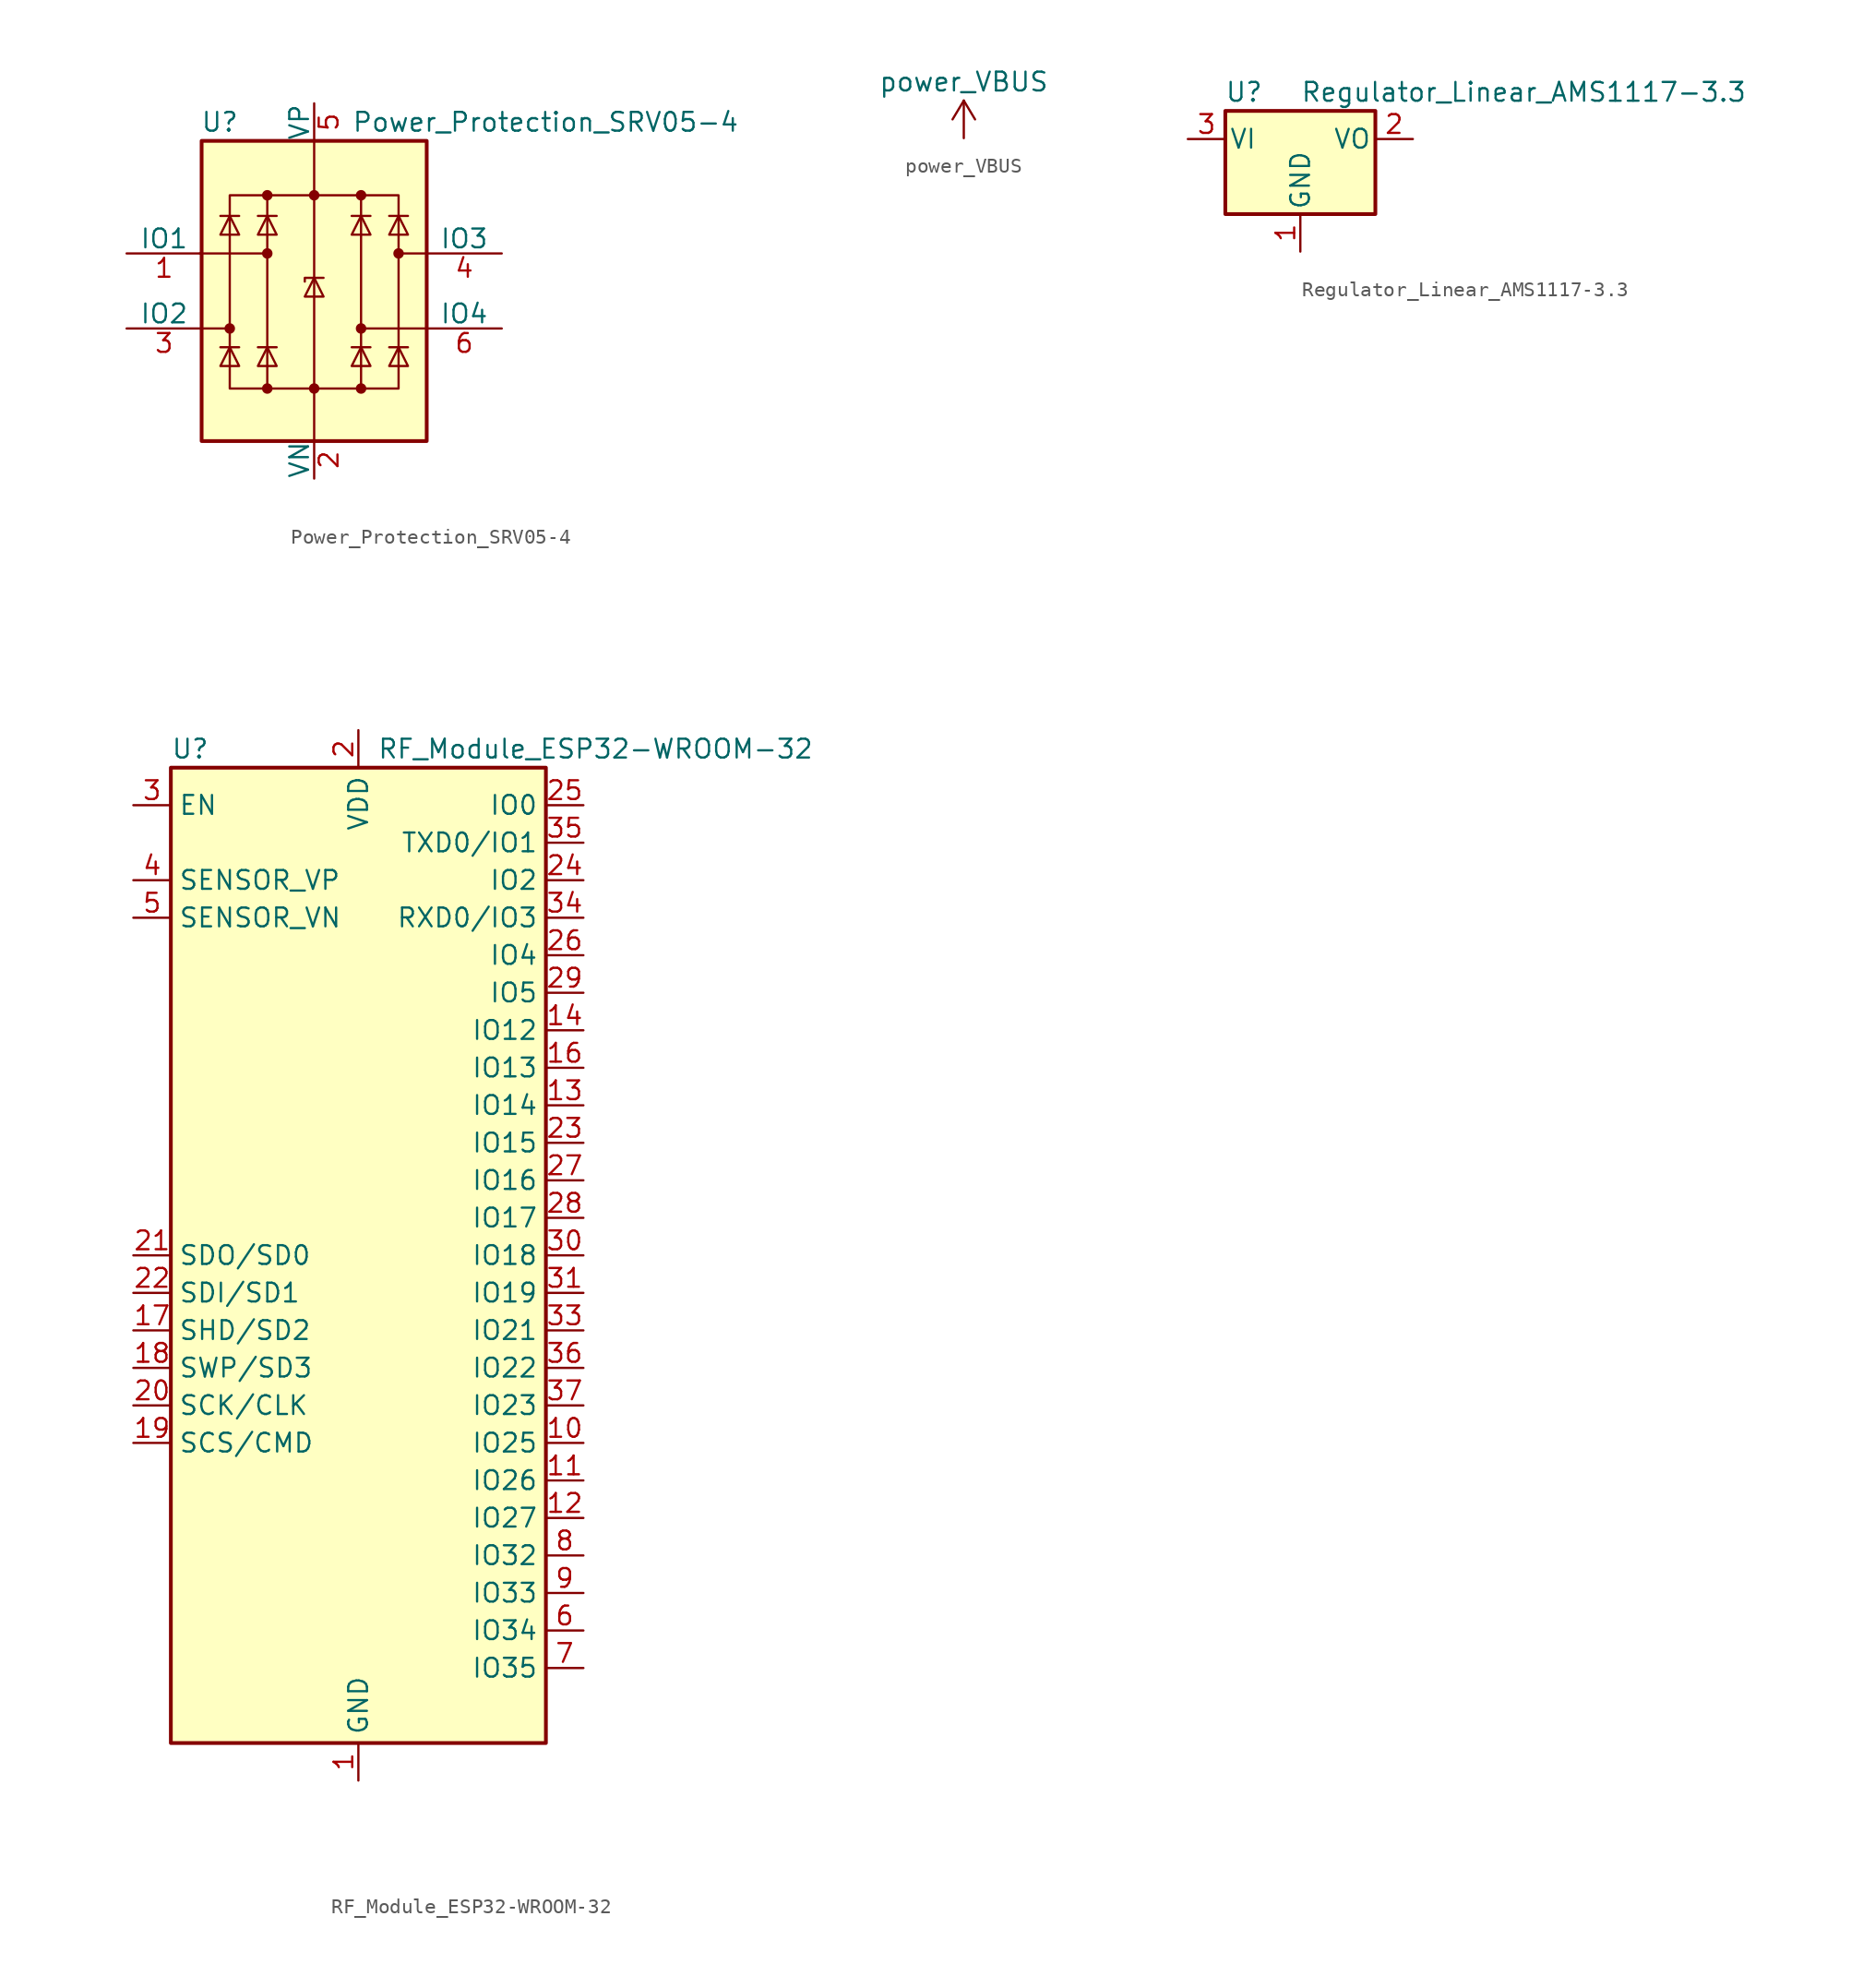
<source format=kicad_sym>
(kicad_symbol_lib
  (version 20231120)
  (generator "kicad_symbol_editor")
  (generator_version "8.0")
  (symbol "Power_Protection_SRV05-4"
    (pin_names
      (offset 0))
    (property "Reference" "U"
      (at -5.08 11.43 0)
      (effects (font (size 1.27 1.27)) (justify right)))
    (property "Value" "Power_Protection_SRV05-4"
      (at 2.54 11.43 0)
      (effects (font (size 1.27 1.27)) (justify left)))
    (symbol "Power_Protection_SRV05-4_0_0"
      (rectangle (start -5.715 6.477) (end 5.715 -6.604) (stroke (width 0) (type solid)) (fill (type none)))
      (polyline (pts (xy -3.175 -6.604) (xy -3.175 6.477)) (stroke (width 0) (type solid)) (fill (type none)))
      (polyline (pts (xy 3.175 6.477) (xy 3.175 -6.604)) (stroke (width 0) (type solid)) (fill (type none))))
    (symbol "Power_Protection_SRV05-4_0_1"
      (rectangle (start -7.62 10.16) (end 7.62 -10.16) (stroke (width 0.254) (type solid)) (fill (type background)))
      (circle (center -5.715 -2.54) (radius 0.279) (stroke (width 0) (type solid)) (fill (type outline)))
      (circle (center -3.175 -6.604) (radius 0.279) (stroke (width 0) (type solid)) (fill (type outline)))
      (circle (center -3.175 2.54) (radius 0.279) (stroke (width 0) (type solid)) (fill (type outline)))
      (circle (center -3.175 6.477) (radius 0.279) (stroke (width 0) (type solid)) (fill (type outline)))
      (circle (center 0 -6.604) (radius 0.279) (stroke (width 0) (type solid)) (fill (type outline)))
      (polyline (pts (xy -7.747 2.54) (xy -3.175 2.54)) (stroke (width 0) (type solid)) (fill (type none)))
      (polyline (pts (xy -7.62 -2.54) (xy -5.715 -2.54)) (stroke (width 0) (type solid)) (fill (type none)))
      (polyline (pts (xy -5.08 -3.81) (xy -6.35 -3.81)) (stroke (width 0) (type solid)) (fill (type none)))
      (polyline (pts (xy -5.08 5.08) (xy -6.35 5.08)) (stroke (width 0) (type solid)) (fill (type none)))
      (polyline (pts (xy -2.54 -3.81) (xy -3.81 -3.81)) (stroke (width 0) (type solid)) (fill (type none)))
      (polyline (pts (xy -2.54 5.08) (xy -3.81 5.08)) (stroke (width 0) (type solid)) (fill (type none)))
      (polyline (pts (xy 0 10.16) (xy 0 -10.16)) (stroke (width 0) (type solid)) (fill (type none)))
      (polyline (pts (xy 3.81 -3.81) (xy 2.54 -3.81)) (stroke (width 0) (type solid)) (fill (type none)))
      (polyline (pts (xy 3.81 5.08) (xy 2.54 5.08)) (stroke (width 0) (type solid)) (fill (type none)))
      (polyline (pts (xy 6.35 -3.81) (xy 5.08 -3.81)) (stroke (width 0) (type solid)) (fill (type none)))
      (polyline (pts (xy 6.35 5.08) (xy 5.08 5.08)) (stroke (width 0) (type solid)) (fill (type none)))
      (polyline (pts (xy 7.62 -2.54) (xy 3.175 -2.54)) (stroke (width 0) (type solid)) (fill (type none)))
      (polyline (pts (xy 7.62 2.54) (xy 5.715 2.54)) (stroke (width 0) (type solid)) (fill (type none)))
      (polyline (pts (xy 0.635 0.889) (xy -0.635 0.889) (xy -0.635 0.635)) (stroke (width 0) (type solid)) (fill (type none)))
      (polyline (pts (xy -5.08 -5.08) (xy -6.35 -5.08) (xy -5.715 -3.81) (xy -5.08 -5.08)) (stroke (width 0) (type solid)) (fill (type none)))
      (polyline (pts (xy -5.08 3.81) (xy -6.35 3.81) (xy -5.715 5.08) (xy -5.08 3.81)) (stroke (width 0) (type solid)) (fill (type none)))
      (polyline (pts (xy -2.54 -5.08) (xy -3.81 -5.08) (xy -3.175 -3.81) (xy -2.54 -5.08)) (stroke (width 0) (type solid)) (fill (type none)))
      (polyline (pts (xy -2.54 3.81) (xy -3.81 3.81) (xy -3.175 5.08) (xy -2.54 3.81)) (stroke (width 0) (type solid)) (fill (type none)))
      (polyline (pts (xy 0.635 -0.381) (xy -0.635 -0.381) (xy 0 0.889) (xy 0.635 -0.381)) (stroke (width 0) (type solid)) (fill (type none)))
      (polyline (pts (xy 3.81 -5.08) (xy 2.54 -5.08) (xy 3.175 -3.81) (xy 3.81 -5.08)) (stroke (width 0) (type solid)) (fill (type none)))
      (polyline (pts (xy 3.81 3.81) (xy 2.54 3.81) (xy 3.175 5.08) (xy 3.81 3.81)) (stroke (width 0) (type solid)) (fill (type none)))
      (polyline (pts (xy 6.35 -5.08) (xy 5.08 -5.08) (xy 5.715 -3.81) (xy 6.35 -5.08)) (stroke (width 0) (type solid)) (fill (type none)))
      (polyline (pts (xy 6.35 3.81) (xy 5.08 3.81) (xy 5.715 5.08) (xy 6.35 3.81)) (stroke (width 0) (type solid)) (fill (type none)))
      (circle (center 0 6.477) (radius 0.279) (stroke (width 0) (type solid)) (fill (type outline)))
      (circle (center 3.175 -6.604) (radius 0.279) (stroke (width 0) (type solid)) (fill (type outline)))
      (circle (center 3.175 -2.54) (radius 0.279) (stroke (width 0) (type solid)) (fill (type outline)))
      (circle (center 3.175 6.477) (radius 0.279) (stroke (width 0) (type solid)) (fill (type outline)))
      (circle (center 5.715 2.54) (radius 0.279) (stroke (width 0) (type solid)) (fill (type outline))))
    (symbol "Power_Protection_SRV05-4_1_1"
      (pin passive line (at -12.7 2.54 0) (length 5.08) (name "IO1" (effects (font (size 1.27 1.27)))) (number "1" (effects (font (size 1.27 1.27)))))
      (pin passive line (at 0 -12.7 90) (length 2.54) (name "VN" (effects (font (size 1.27 1.27)))) (number "2" (effects (font (size 1.27 1.27)))))
      (pin passive line (at -12.7 -2.54 0) (length 5.08) (name "IO2" (effects (font (size 1.27 1.27)))) (number "3" (effects (font (size 1.27 1.27)))))
      (pin passive line (at 12.7 2.54 180) (length 5.08) (name "IO3" (effects (font (size 1.27 1.27)))) (number "4" (effects (font (size 1.27 1.27)))))
      (pin passive line (at 0 12.7 270) (length 2.54) (name "VP" (effects (font (size 1.27 1.27)))) (number "5" (effects (font (size 1.27 1.27)))))
      (pin passive line (at 12.7 -2.54 180) (length 5.08) (name "IO4" (effects (font (size 1.27 1.27)))) (number "6" (effects (font (size 1.27 1.27)))))))
  (symbol "power_VBUS"
    (power)
    (pin_names
      (offset 0))
    (property "Reference" "#PWR"
      (at 0 -3.81 0)
      (effects (font (size 1.27 1.27)) (hide yes)))
    (property "Value" "power_VBUS"
      (at 0 3.81 0)
      (effects (font (size 1.27 1.27))))
    (symbol "power_VBUS_0_1"
      (polyline (pts (xy -0.762 1.27) (xy 0 2.54)) (stroke (width 0) (type solid)) (fill (type none)))
      (polyline (pts (xy 0 0) (xy 0 2.54)) (stroke (width 0) (type solid)) (fill (type none)))
      (polyline (pts (xy 0 2.54) (xy 0.762 1.27)) (stroke (width 0) (type solid)) (fill (type none))))
    (symbol "power_VBUS_1_1"
      (pin power_in line (at 0 0 90) (length 0) hide (name "VBUS" (effects (font (size 1.27 1.27)))) (number "1" (effects (font (size 1.27 1.27)))))))
  (symbol "Regulator_Linear_AMS1117-3.3"
    (pin_names
      (offset 0.254))
    (property "Reference" "U"
      (at -3.81 3.175 0)
      (effects (font (size 1.27 1.27))))
    (property "Value" "Regulator_Linear_AMS1117-3.3"
      (at 0 3.175 0)
      (effects (font (size 1.27 1.27)) (justify left)))
    (symbol "Regulator_Linear_AMS1117-3.3_0_1"
      (rectangle (start -5.08 -5.08) (end 5.08 1.905) (stroke (width 0.254) (type solid)) (fill (type background))))
    (symbol "Regulator_Linear_AMS1117-3.3_1_1"
      (pin power_in line (at 0 -7.62 90) (length 2.54) (name "GND" (effects (font (size 1.27 1.27)))) (number "1" (effects (font (size 1.27 1.27)))))
      (pin power_out line (at 7.62 0 180) (length 2.54) (name "VO" (effects (font (size 1.27 1.27)))) (number "2" (effects (font (size 1.27 1.27)))))
      (pin power_in line (at -7.62 0 0) (length 2.54) (name "VI" (effects (font (size 1.27 1.27)))) (number "3" (effects (font (size 1.27 1.27)))))))
  (symbol "RF_Module_ESP32-WROOM-32"
    (property "Reference" "U"
      (at -12.7 34.29 0)
      (effects (font (size 1.27 1.27)) (justify left)))
    (property "Value" "RF_Module_ESP32-WROOM-32"
      (at 1.27 34.29 0)
      (effects (font (size 1.27 1.27)) (justify left)))
    (symbol "RF_Module_ESP32-WROOM-32_0_1"
      (rectangle (start -12.7 33.02) (end 12.7 -33.02) (stroke (width 0.254) (type solid)) (fill (type background))))
    (symbol "RF_Module_ESP32-WROOM-32_1_1"
      (pin power_in line (at 0 -35.56 90) (length 2.54) (name "GND" (effects (font (size 1.27 1.27)))) (number "1" (effects (font (size 1.27 1.27)))))
      (pin bidirectional line (at 15.24 -12.7 180) (length 2.54) (name "IO25" (effects (font (size 1.27 1.27)))) (number "10" (effects (font (size 1.27 1.27)))))
      (pin bidirectional line (at 15.24 -15.24 180) (length 2.54) (name "IO26" (effects (font (size 1.27 1.27)))) (number "11" (effects (font (size 1.27 1.27)))))
      (pin bidirectional line (at 15.24 -17.78 180) (length 2.54) (name "IO27" (effects (font (size 1.27 1.27)))) (number "12" (effects (font (size 1.27 1.27)))))
      (pin bidirectional line (at 15.24 10.16 180) (length 2.54) (name "IO14" (effects (font (size 1.27 1.27)))) (number "13" (effects (font (size 1.27 1.27)))))
      (pin bidirectional line (at 15.24 15.24 180) (length 2.54) (name "IO12" (effects (font (size 1.27 1.27)))) (number "14" (effects (font (size 1.27 1.27)))))
      (pin passive line (at 0 -35.56 90) (length 2.54) hide (name "GND" (effects (font (size 1.27 1.27)))) (number "15" (effects (font (size 1.27 1.27)))))
      (pin bidirectional line (at 15.24 12.7 180) (length 2.54) (name "IO13" (effects (font (size 1.27 1.27)))) (number "16" (effects (font (size 1.27 1.27)))))
      (pin bidirectional line (at -15.24 -5.08 0) (length 2.54) (name "SHD/SD2" (effects (font (size 1.27 1.27)))) (number "17" (effects (font (size 1.27 1.27)))))
      (pin bidirectional line (at -15.24 -7.62 0) (length 2.54) (name "SWP/SD3" (effects (font (size 1.27 1.27)))) (number "18" (effects (font (size 1.27 1.27)))))
      (pin bidirectional line (at -15.24 -12.7 0) (length 2.54) (name "SCS/CMD" (effects (font (size 1.27 1.27)))) (number "19" (effects (font (size 1.27 1.27)))))
      (pin power_in line (at 0 35.56 270) (length 2.54) (name "VDD" (effects (font (size 1.27 1.27)))) (number "2" (effects (font (size 1.27 1.27)))))
      (pin bidirectional line (at -15.24 -10.16 0) (length 2.54) (name "SCK/CLK" (effects (font (size 1.27 1.27)))) (number "20" (effects (font (size 1.27 1.27)))))
      (pin bidirectional line (at -15.24 0 0) (length 2.54) (name "SDO/SD0" (effects (font (size 1.27 1.27)))) (number "21" (effects (font (size 1.27 1.27)))))
      (pin bidirectional line (at -15.24 -2.54 0) (length 2.54) (name "SDI/SD1" (effects (font (size 1.27 1.27)))) (number "22" (effects (font (size 1.27 1.27)))))
      (pin bidirectional line (at 15.24 7.62 180) (length 2.54) (name "IO15" (effects (font (size 1.27 1.27)))) (number "23" (effects (font (size 1.27 1.27)))))
      (pin bidirectional line (at 15.24 25.4 180) (length 2.54) (name "IO2" (effects (font (size 1.27 1.27)))) (number "24" (effects (font (size 1.27 1.27)))))
      (pin bidirectional line (at 15.24 30.48 180) (length 2.54) (name "IO0" (effects (font (size 1.27 1.27)))) (number "25" (effects (font (size 1.27 1.27)))))
      (pin bidirectional line (at 15.24 20.32 180) (length 2.54) (name "IO4" (effects (font (size 1.27 1.27)))) (number "26" (effects (font (size 1.27 1.27)))))
      (pin bidirectional line (at 15.24 5.08 180) (length 2.54) (name "IO16" (effects (font (size 1.27 1.27)))) (number "27" (effects (font (size 1.27 1.27)))))
      (pin bidirectional line (at 15.24 2.54 180) (length 2.54) (name "IO17" (effects (font (size 1.27 1.27)))) (number "28" (effects (font (size 1.27 1.27)))))
      (pin bidirectional line (at 15.24 17.78 180) (length 2.54) (name "IO5" (effects (font (size 1.27 1.27)))) (number "29" (effects (font (size 1.27 1.27)))))
      (pin input line (at -15.24 30.48 0) (length 2.54) (name "EN" (effects (font (size 1.27 1.27)))) (number "3" (effects (font (size 1.27 1.27)))))
      (pin bidirectional line (at 15.24 0 180) (length 2.54) (name "IO18" (effects (font (size 1.27 1.27)))) (number "30" (effects (font (size 1.27 1.27)))))
      (pin bidirectional line (at 15.24 -2.54 180) (length 2.54) (name "IO19" (effects (font (size 1.27 1.27)))) (number "31" (effects (font (size 1.27 1.27)))))
      (pin no_connect line (at -12.7 -27.94 0) (length 2.54) hide (name "NC" (effects (font (size 1.27 1.27)))) (number "32" (effects (font (size 1.27 1.27)))))
      (pin bidirectional line (at 15.24 -5.08 180) (length 2.54) (name "IO21" (effects (font (size 1.27 1.27)))) (number "33" (effects (font (size 1.27 1.27)))))
      (pin bidirectional line (at 15.24 22.86 180) (length 2.54) (name "RXD0/IO3" (effects (font (size 1.27 1.27)))) (number "34" (effects (font (size 1.27 1.27)))))
      (pin bidirectional line (at 15.24 27.94 180) (length 2.54) (name "TXD0/IO1" (effects (font (size 1.27 1.27)))) (number "35" (effects (font (size 1.27 1.27)))))
      (pin bidirectional line (at 15.24 -7.62 180) (length 2.54) (name "IO22" (effects (font (size 1.27 1.27)))) (number "36" (effects (font (size 1.27 1.27)))))
      (pin bidirectional line (at 15.24 -10.16 180) (length 2.54) (name "IO23" (effects (font (size 1.27 1.27)))) (number "37" (effects (font (size 1.27 1.27)))))
      (pin passive line (at 0 -35.56 90) (length 2.54) hide (name "GND" (effects (font (size 1.27 1.27)))) (number "38" (effects (font (size 1.27 1.27)))))
      (pin passive line (at 0 -35.56 90) (length 2.54) hide (name "GND" (effects (font (size 1.27 1.27)))) (number "39" (effects (font (size 1.27 1.27)))))
      (pin input line (at -15.24 25.4 0) (length 2.54) (name "SENSOR_VP" (effects (font (size 1.27 1.27)))) (number "4" (effects (font (size 1.27 1.27)))))
      (pin input line (at -15.24 22.86 0) (length 2.54) (name "SENSOR_VN" (effects (font (size 1.27 1.27)))) (number "5" (effects (font (size 1.27 1.27)))))
      (pin input line (at 15.24 -25.4 180) (length 2.54) (name "IO34" (effects (font (size 1.27 1.27)))) (number "6" (effects (font (size 1.27 1.27)))))
      (pin input line (at 15.24 -27.94 180) (length 2.54) (name "IO35" (effects (font (size 1.27 1.27)))) (number "7" (effects (font (size 1.27 1.27)))))
      (pin bidirectional line (at 15.24 -20.32 180) (length 2.54) (name "IO32" (effects (font (size 1.27 1.27)))) (number "8" (effects (font (size 1.27 1.27)))))
      (pin bidirectional line (at 15.24 -22.86 180) (length 2.54) (name "IO33" (effects (font (size 1.27 1.27)))) (number "9" (effects (font (size 1.27 1.27))))))))
</source>
